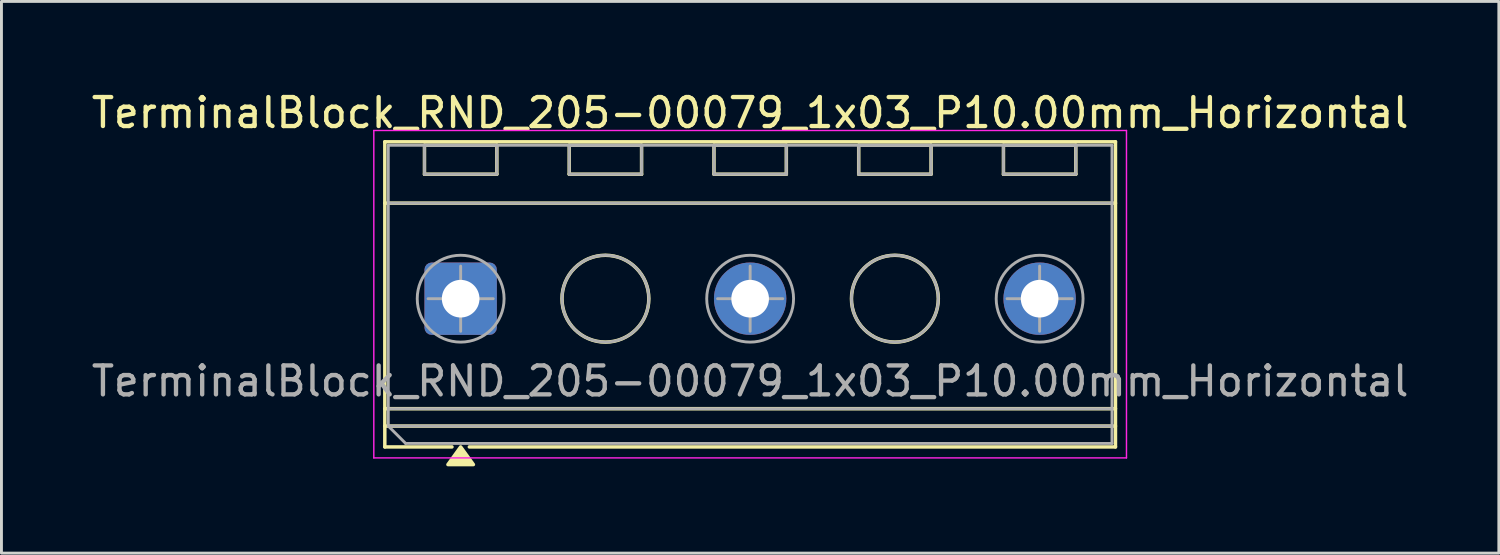
<source format=kicad_pcb>
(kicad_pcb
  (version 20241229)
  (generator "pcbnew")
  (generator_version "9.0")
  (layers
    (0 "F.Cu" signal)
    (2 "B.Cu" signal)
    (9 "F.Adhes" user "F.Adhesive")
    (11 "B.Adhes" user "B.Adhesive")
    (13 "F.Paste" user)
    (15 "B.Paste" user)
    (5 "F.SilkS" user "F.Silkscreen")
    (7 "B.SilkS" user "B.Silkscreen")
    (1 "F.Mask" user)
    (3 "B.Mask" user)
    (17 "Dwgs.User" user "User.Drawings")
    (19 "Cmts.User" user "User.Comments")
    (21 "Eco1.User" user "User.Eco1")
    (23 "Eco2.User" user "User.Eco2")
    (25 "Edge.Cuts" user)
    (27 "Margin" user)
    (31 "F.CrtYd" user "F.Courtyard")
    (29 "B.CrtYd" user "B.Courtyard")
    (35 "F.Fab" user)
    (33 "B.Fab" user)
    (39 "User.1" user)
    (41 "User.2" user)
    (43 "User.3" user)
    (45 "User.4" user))
  (footprint "TerminalBlock_RND_205-00079_1x03_P10.00mm_Horizontal"
    (layer "F.Cu")
    (at 12.863 7.268)
    (property "Reference" "TerminalBlock_RND_205-00079_1x03_P10.00mm_Horizontal" (at 10 -6.42 0) (layer "F.SilkS") (effects (font (size 1 1) (thickness 0.15))))
    (attr through_hole)
    (fp_line (start -2.62 -5.42) (end -2.62 5.12) (stroke (width 0.12) (type solid)) (layer "F.SilkS"))
    (fp_line (start -2.62 -5.42) (end 22.62 -5.42) (stroke (width 0.12) (type solid)) (layer "F.SilkS"))
    (fp_line (start -2.62 -3.3) (end 22.62 -3.3) (stroke (width 0.12) (type solid)) (layer "F.SilkS"))
    (fp_line (start -2.62 3.8) (end 22.62 3.8) (stroke (width 0.12) (type solid)) (layer "F.SilkS"))
    (fp_line (start -2.62 4.4) (end 22.62 4.4) (stroke (width 0.12) (type solid)) (layer "F.SilkS"))
    (fp_line (start -2.62 5.12) (end -0.3 5.12) (stroke (width 0.12) (type solid)) (layer "F.SilkS"))
    (fp_line (start -1.25 -5.3) (end -1.25 -4.3) (stroke (width 0.12) (type solid)) (layer "F.SilkS"))
    (fp_line (start -1.25 -5.3) (end 1.25 -5.3) (stroke (width 0.12) (type solid)) (layer "F.SilkS"))
    (fp_line (start -1.25 -4.3) (end 1.25 -4.3) (stroke (width 0.12) (type solid)) (layer "F.SilkS"))
    (fp_line (start 0.3 5.12) (end 22.62 5.12) (stroke (width 0.12) (type solid)) (layer "F.SilkS"))
    (fp_line (start 1.25 -5.3) (end 1.25 -4.3) (stroke (width 0.12) (type solid)) (layer "F.SilkS"))
    (fp_line (start 3.75 -5.3) (end 3.75 -4.3) (stroke (width 0.12) (type solid)) (layer "F.SilkS"))
    (fp_line (start 3.75 -5.3) (end 6.25 -5.3) (stroke (width 0.12) (type solid)) (layer "F.SilkS"))
    (fp_line (start 3.75 -4.3) (end 6.25 -4.3) (stroke (width 0.12) (type solid)) (layer "F.SilkS"))
    (fp_line (start 6.25 -5.3) (end 6.25 -4.3) (stroke (width 0.12) (type solid)) (layer "F.SilkS"))
    (fp_line (start 8.75 -5.3) (end 8.75 -4.3) (stroke (width 0.12) (type solid)) (layer "F.SilkS"))
    (fp_line (start 8.75 -5.3) (end 11.25 -5.3) (stroke (width 0.12) (type solid)) (layer "F.SilkS"))
    (fp_line (start 8.75 -4.3) (end 11.25 -4.3) (stroke (width 0.12) (type solid)) (layer "F.SilkS"))
    (fp_line (start 11.25 -5.3) (end 11.25 -4.3) (stroke (width 0.12) (type solid)) (layer "F.SilkS"))
    (fp_line (start 13.75 -5.3) (end 13.75 -4.3) (stroke (width 0.12) (type solid)) (layer "F.SilkS"))
    (fp_line (start 13.75 -5.3) (end 16.25 -5.3) (stroke (width 0.12) (type solid)) (layer "F.SilkS"))
    (fp_line (start 13.75 -4.3) (end 16.25 -4.3) (stroke (width 0.12) (type solid)) (layer "F.SilkS"))
    (fp_line (start 16.25 -5.3) (end 16.25 -4.3) (stroke (width 0.12) (type solid)) (layer "F.SilkS"))
    (fp_line (start 18.75 -5.3) (end 18.75 -4.3) (stroke (width 0.12) (type solid)) (layer "F.SilkS"))
    (fp_line (start 18.75 -5.3) (end 21.25 -5.3) (stroke (width 0.12) (type solid)) (layer "F.SilkS"))
    (fp_line (start 18.75 -4.3) (end 21.25 -4.3) (stroke (width 0.12) (type solid)) (layer "F.SilkS"))
    (fp_line (start 21.25 -5.3) (end 21.25 -4.3) (stroke (width 0.12) (type solid)) (layer "F.SilkS"))
    (fp_line (start 22.62 -5.42) (end 22.62 5.12) (stroke (width 0.12) (type solid)) (layer "F.SilkS"))
    (fp_circle (center 5 0) (end 6.5 0) (stroke (width 0.12) (type solid)) (fill no) (layer "F.SilkS"))
    (fp_circle (center 15 0) (end 16.5 0) (stroke (width 0.12) (type solid)) (fill no) (layer "F.SilkS"))
    (fp_poly (pts (xy 0 5.12) (xy 0.44 5.73) (xy -0.44 5.73)) (stroke (width 0.12) (type solid)) (fill yes) (layer "F.SilkS"))
    (fp_line (start -3 -5.81) (end -3 5.5) (stroke (width 0.05) (type solid)) (layer "F.CrtYd"))
    (fp_line (start -3 5.5) (end 23 5.5) (stroke (width 0.05) (type solid)) (layer "F.CrtYd"))
    (fp_line (start 23 -5.81) (end -3 -5.81) (stroke (width 0.05) (type solid)) (layer "F.CrtYd"))
    (fp_line (start 23 5.5) (end 23 -5.81) (stroke (width 0.05) (type solid)) (layer "F.CrtYd"))
    (fp_line (start -2.5 -5.3) (end 22.5 -5.3) (stroke (width 0.1) (type solid)) (layer "F.Fab"))
    (fp_line (start -2.5 -3.3) (end 22.5 -3.3) (stroke (width 0.1) (type solid)) (layer "F.Fab"))
    (fp_line (start -2.5 3.8) (end 22.5 3.8) (stroke (width 0.1) (type solid)) (layer "F.Fab"))
    (fp_line (start -2.5 4.4) (end -2.5 -5.3) (stroke (width 0.1) (type solid)) (layer "F.Fab"))
    (fp_line (start -2.5 4.4) (end 22.5 4.4) (stroke (width 0.1) (type solid)) (layer "F.Fab"))
    (fp_line (start -1.9 5) (end -2.5 4.4) (stroke (width 0.1) (type solid)) (layer "F.Fab"))
    (fp_line (start -1.25 -5.3) (end -1.25 -4.3) (stroke (width 0.1) (type solid)) (layer "F.Fab"))
    (fp_line (start -1.25 -4.3) (end 1.25 -4.3) (stroke (width 0.1) (type solid)) (layer "F.Fab"))
    (fp_line (start -1.125 0) (end 1.125 0) (stroke (width 0.1) (type solid)) (layer "F.Fab"))
    (fp_line (start 0 -1.125) (end 0 1.125) (stroke (width 0.1) (type solid)) (layer "F.Fab"))
    (fp_line (start 1.25 -5.3) (end -1.25 -5.3) (stroke (width 0.1) (type solid)) (layer "F.Fab"))
    (fp_line (start 1.25 -4.3) (end 1.25 -5.3) (stroke (width 0.1) (type solid)) (layer "F.Fab"))
    (fp_line (start 3.75 -5.3) (end 3.75 -4.3) (stroke (width 0.1) (type solid)) (layer "F.Fab"))
    (fp_line (start 3.75 -4.3) (end 6.25 -4.3) (stroke (width 0.1) (type solid)) (layer "F.Fab"))
    (fp_line (start 6.25 -5.3) (end 3.75 -5.3) (stroke (width 0.1) (type solid)) (layer "F.Fab"))
    (fp_line (start 6.25 -4.3) (end 6.25 -5.3) (stroke (width 0.1) (type solid)) (layer "F.Fab"))
    (fp_line (start 8.75 -5.3) (end 8.75 -4.3) (stroke (width 0.1) (type solid)) (layer "F.Fab"))
    (fp_line (start 8.75 -4.3) (end 11.25 -4.3) (stroke (width 0.1) (type solid)) (layer "F.Fab"))
    (fp_line (start 8.875 0) (end 11.125 0) (stroke (width 0.1) (type solid)) (layer "F.Fab"))
    (fp_line (start 10 -1.125) (end 10 1.125) (stroke (width 0.1) (type solid)) (layer "F.Fab"))
    (fp_line (start 11.25 -5.3) (end 8.75 -5.3) (stroke (width 0.1) (type solid)) (layer "F.Fab"))
    (fp_line (start 11.25 -4.3) (end 11.25 -5.3) (stroke (width 0.1) (type solid)) (layer "F.Fab"))
    (fp_line (start 13.75 -5.3) (end 13.75 -4.3) (stroke (width 0.1) (type solid)) (layer "F.Fab"))
    (fp_line (start 13.75 -4.3) (end 16.25 -4.3) (stroke (width 0.1) (type solid)) (layer "F.Fab"))
    (fp_line (start 16.25 -5.3) (end 13.75 -5.3) (stroke (width 0.1) (type solid)) (layer "F.Fab"))
    (fp_line (start 16.25 -4.3) (end 16.25 -5.3) (stroke (width 0.1) (type solid)) (layer "F.Fab"))
    (fp_line (start 18.75 -5.3) (end 18.75 -4.3) (stroke (width 0.1) (type solid)) (layer "F.Fab"))
    (fp_line (start 18.75 -4.3) (end 21.25 -4.3) (stroke (width 0.1) (type solid)) (layer "F.Fab"))
    (fp_line (start 18.875 0) (end 21.125 0) (stroke (width 0.1) (type solid)) (layer "F.Fab"))
    (fp_line (start 20 -1.125) (end 20 1.125) (stroke (width 0.1) (type solid)) (layer "F.Fab"))
    (fp_line (start 21.25 -5.3) (end 18.75 -5.3) (stroke (width 0.1) (type solid)) (layer "F.Fab"))
    (fp_line (start 21.25 -4.3) (end 21.25 -5.3) (stroke (width 0.1) (type solid)) (layer "F.Fab"))
    (fp_line (start 22.5 -5.3) (end 22.5 5) (stroke (width 0.1) (type solid)) (layer "F.Fab"))
    (fp_line (start 22.5 5) (end -1.9 5) (stroke (width 0.1) (type solid)) (layer "F.Fab"))
    (fp_circle (center 0 0) (end 1.5 0) (stroke (width 0.1) (type solid)) (fill no) (layer "F.Fab"))
    (fp_circle (center 5 0) (end 6.5 0) (stroke (width 0.1) (type solid)) (fill no) (layer "F.Fab"))
    (fp_circle (center 10 0) (end 11.5 0) (stroke (width 0.1) (type solid)) (fill no) (layer "F.Fab"))
    (fp_circle (center 15 0) (end 16.5 0) (stroke (width 0.1) (type solid)) (fill no) (layer "F.Fab"))
    (fp_circle (center 20 0) (end 21.5 0) (stroke (width 0.1) (type solid)) (fill no) (layer "F.Fab"))
    (fp_text user "${REFERENCE}" (at 10 2.85 0) (layer "F.Fab") (effects (font (size 1 1) (thickness 0.15))))
    (pad "1" thru_hole roundrect (at 0 0) (size 2.5 2.5) (drill 1.3) (layers "*.Cu" "*.Mask") (roundrect_rratio 0.1))
    (pad "2" thru_hole circle (at 10 0) (size 2.5 2.5) (drill 1.3) (layers "*.Cu" "*.Mask"))
    (pad "3" thru_hole circle (at 20 0) (size 2.5 2.5) (drill 1.3) (layers "*.Cu" "*.Mask")))
  (gr_rect
    (start -3 -3)
    (end 48.726 16.058)
    (stroke (width 0.1) (type default))
    (fill no)
    (layer "Edge.Cuts")))
</source>
